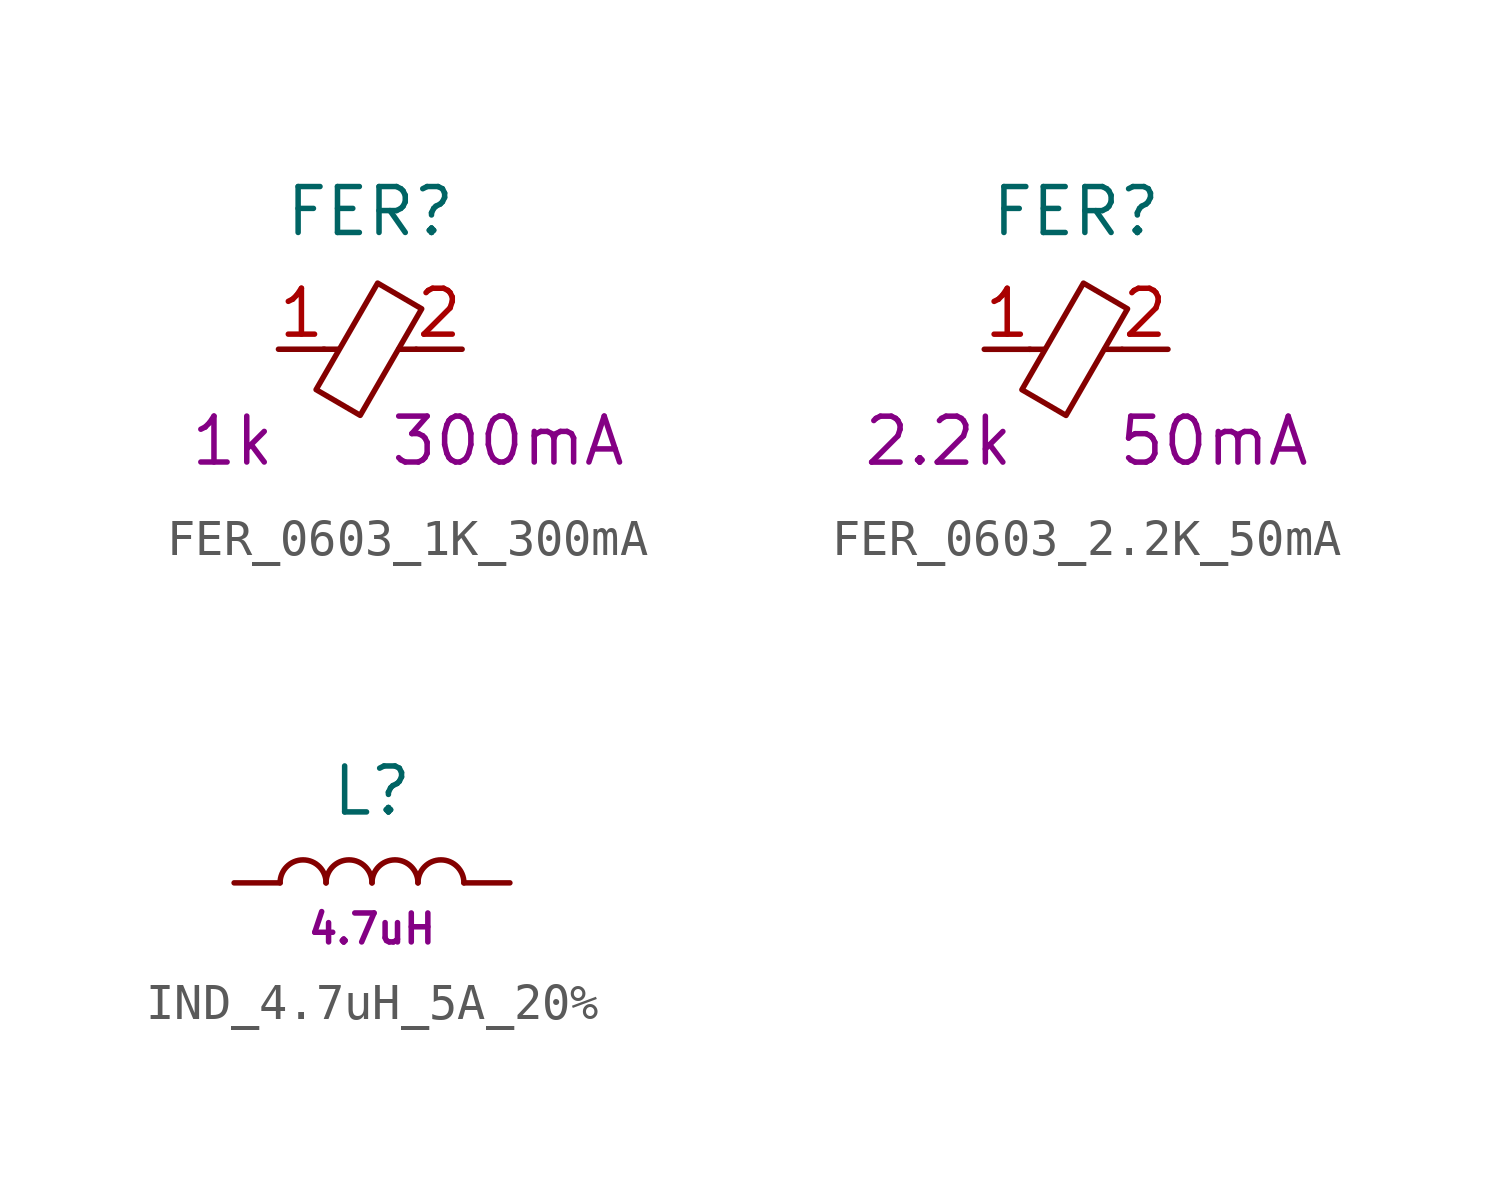
<source format=kicad_sym>
(kicad_symbol_lib
  (version 20220914)
  (generator kicad_symbol_editor)
  (symbol "FER_0603_1K_300mA"
    (property "Reference" "FER"
      (at 0 3.81 0)
      (effects (font (size 1.27 1.27))))
    (property "Impedance" "1k"
      (at -3.81 -2.54 0)
      (effects (font (size 1.27 1.27))))
    (property "Current" "300mA"
      (at 3.81 -2.54 0)
      (effects (font (size 1.27 1.27))))
    (symbol "FER_0603_1K_300mA_0_1"
      (polyline (pts (xy -0.889 0) (xy -1.295 0)) (stroke (width 0) (type default)) (fill (type none)))
      (polyline (pts (xy 1.27 0) (xy 0.787 0)) (stroke (width 0) (type default)) (fill (type none)))
      (polyline (pts (xy -0.279 -1.829) (xy -1.499 -1.118) (xy 0.203 1.829) (xy 1.422 1.118) (xy -0.279 -1.829)) (stroke (width 0) (type default)) (fill (type none))))
    (symbol "FER_0603_1K_300mA_1_1"
      (pin passive line (at -2.54 0 0) (length 1.27) (name "~" (effects (font (size 1.27 1.27)))) (number "1" (effects (font (size 1.27 1.27)))))
      (pin passive line (at 2.54 0 180) (length 1.27) (name "~" (effects (font (size 1.27 1.27)))) (number "2" (effects (font (size 1.27 1.27)))))))
  (symbol "FER_0603_2.2K_50mA"
    (property "Reference" "FER"
      (at 0 3.81 0)
      (effects (font (size 1.27 1.27))))
    (property "Impedance" "2.2k"
      (at -3.81 -2.54 0)
      (effects (font (size 1.27 1.27))))
    (property "Current" "50mA"
      (at 3.81 -2.54 0)
      (effects (font (size 1.27 1.27))))
    (symbol "FER_0603_2.2K_50mA_0_1"
      (polyline (pts (xy -0.889 0) (xy -1.295 0)) (stroke (width 0) (type default)) (fill (type none)))
      (polyline (pts (xy 1.27 0) (xy 0.787 0)) (stroke (width 0) (type default)) (fill (type none)))
      (polyline (pts (xy -0.279 -1.829) (xy -1.499 -1.118) (xy 0.203 1.829) (xy 1.422 1.118) (xy -0.279 -1.829)) (stroke (width 0) (type default)) (fill (type none))))
    (symbol "FER_0603_2.2K_50mA_1_1"
      (pin passive line (at -2.54 0 0) (length 1.27) (name "~" (effects (font (size 1.27 1.27)))) (number "1" (effects (font (size 1.27 1.27)))))
      (pin passive line (at 2.54 0 180) (length 1.27) (name "~" (effects (font (size 1.27 1.27)))) (number "2" (effects (font (size 1.27 1.27)))))))
  (symbol "IND_4.7uH_5A_20%"
    (pin_numbers hide)
    (pin_names hide)
    (property "Reference" "L"
      (at 0 2.54 0)
      (effects (font (size 1.27 1.27))))
    (property "Inductance" "4.7uH"
      (at 0 -1.27 0)
      (effects (font (size 0.8 0.8))))
    (symbol "IND_4.7uH_5A_20%_0_1"
      (arc (start -1.27 0) (mid -1.905 0.6323) (end -2.54 0) (stroke (width 0) (type default)) (fill (type none)))
      (arc (start 0 0) (mid -0.635 0.6323) (end -1.27 0) (stroke (width 0) (type default)) (fill (type none)))
      (arc (start 1.27 0) (mid 0.635 0.6323) (end 0 0) (stroke (width 0) (type default)) (fill (type none)))
      (arc (start 2.54 0) (mid 1.905 0.6323) (end 1.27 0) (stroke (width 0) (type default)) (fill (type none))))
    (symbol "IND_4.7uH_5A_20%_1_1"
      (pin passive line (at -3.81 0 0) (length 1.27) (name "1" (effects (font (size 1.27 1.27)))) (number "1" (effects (font (size 1.27 1.27)))))
      (pin passive line (at 3.81 0 180) (length 1.27) (name "2" (effects (font (size 1.27 1.27)))) (number "2" (effects (font (size 1.27 1.27))))))))
</source>
